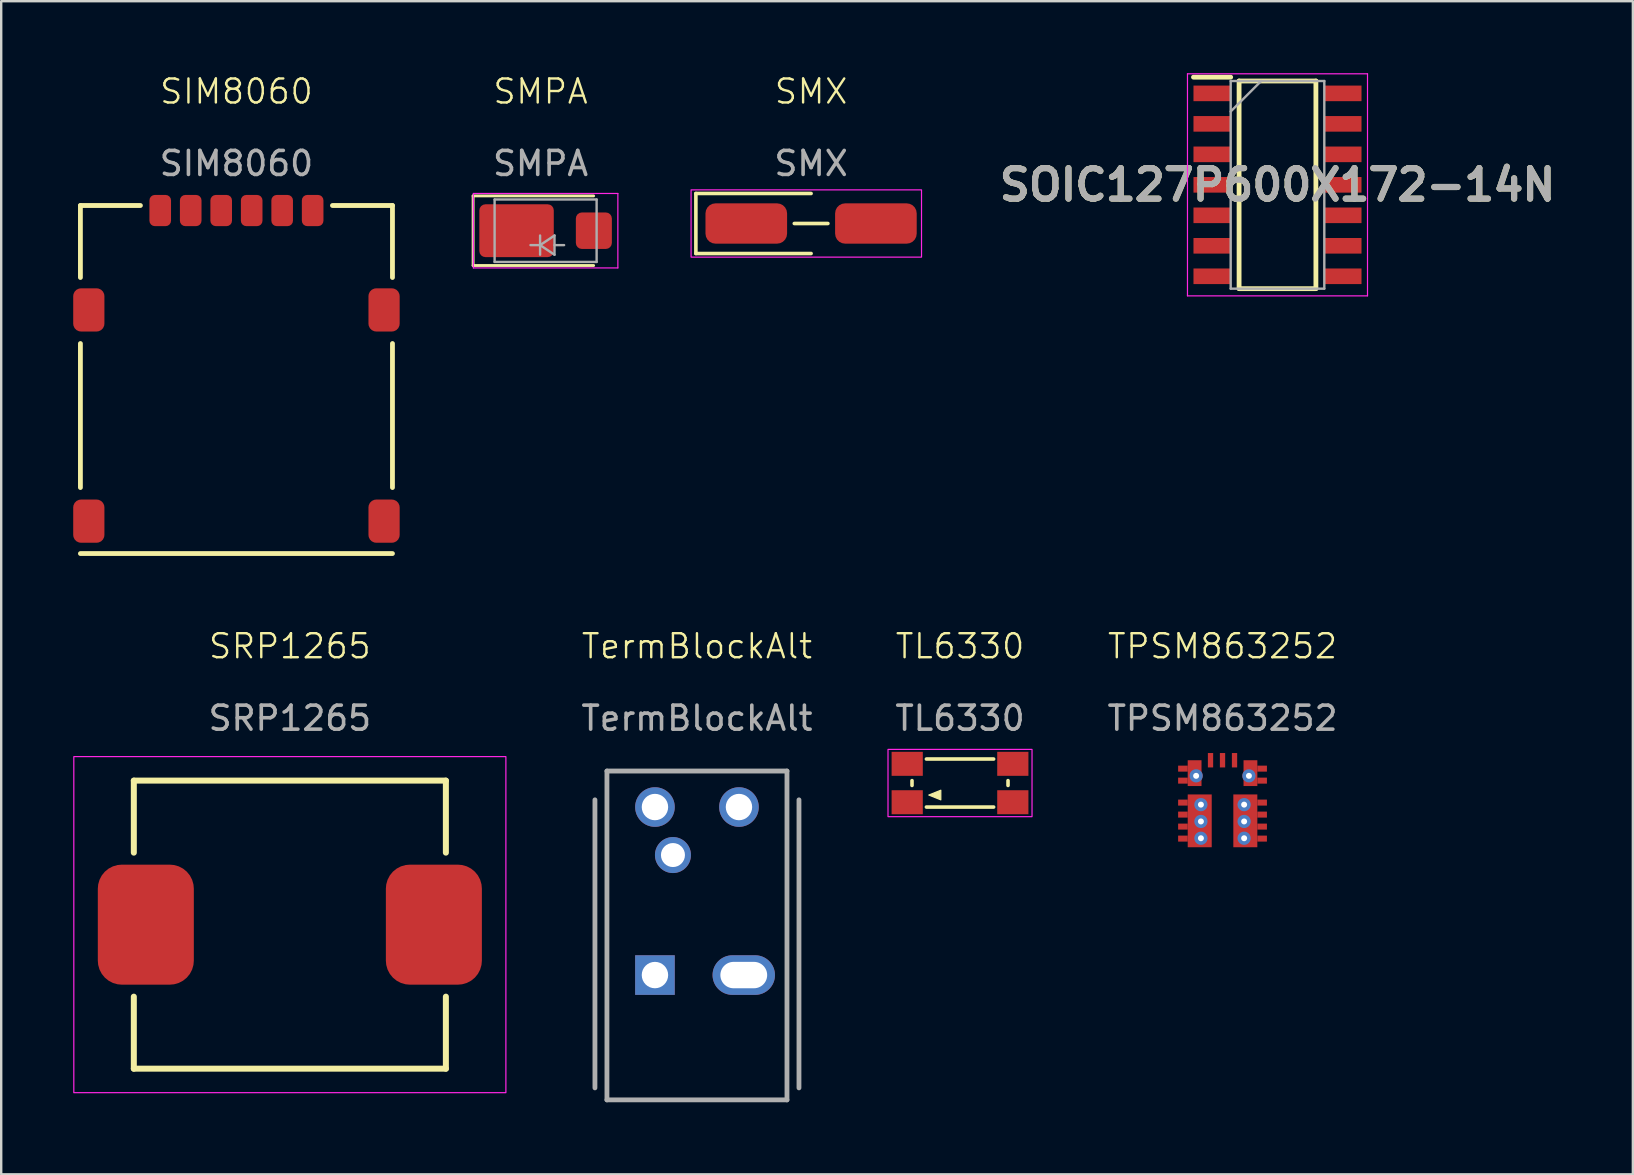
<source format=kicad_pcb>
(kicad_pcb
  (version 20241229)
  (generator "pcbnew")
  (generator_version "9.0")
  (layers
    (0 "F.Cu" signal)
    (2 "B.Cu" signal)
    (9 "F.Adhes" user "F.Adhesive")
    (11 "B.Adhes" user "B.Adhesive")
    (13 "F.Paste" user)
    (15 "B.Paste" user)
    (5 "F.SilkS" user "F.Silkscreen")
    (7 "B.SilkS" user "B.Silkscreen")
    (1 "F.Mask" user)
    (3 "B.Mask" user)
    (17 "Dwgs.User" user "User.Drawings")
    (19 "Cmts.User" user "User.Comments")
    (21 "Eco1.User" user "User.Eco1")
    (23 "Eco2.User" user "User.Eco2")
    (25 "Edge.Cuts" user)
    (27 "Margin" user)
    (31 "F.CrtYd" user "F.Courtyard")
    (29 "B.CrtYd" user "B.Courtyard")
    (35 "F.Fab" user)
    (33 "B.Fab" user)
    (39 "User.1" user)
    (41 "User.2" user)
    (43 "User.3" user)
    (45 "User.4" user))
  (footprint "SMPA"
    (layer "F.Cu")
    (at 19.47 6.561)
    (property "Reference" "SMPA" (at 0 -5.8 0) (unlocked yes) (layer "F.SilkS") (effects (font (size 1 1) (thickness 0.1))))
    (attr smd)
    (fp_line (start -2.81 -1.45) (end -2.81 1.45) (stroke (width 0.12) (type solid)) (layer "F.SilkS"))
    (fp_line (start -2.81 -1.45) (end 2.21 -1.45) (stroke (width 0.12) (type solid)) (layer "F.SilkS"))
    (fp_line (start -2.81 1.45) (end 2.21 1.45) (stroke (width 0.12) (type solid)) (layer "F.SilkS"))
    (fp_line (start -2.8 -1.55) (end 3.22 -1.55) (stroke (width 0.05) (type solid)) (layer "F.CrtYd"))
    (fp_line (start -2.8 1.55) (end -2.8 -1.55) (stroke (width 0.05) (type solid)) (layer "F.CrtYd"))
    (fp_line (start 3.22 -1.55) (end 3.22 1.55) (stroke (width 0.05) (type solid)) (layer "F.CrtYd"))
    (fp_line (start 3.22 1.55) (end -2.8 1.55) (stroke (width 0.05) (type solid)) (layer "F.CrtYd"))
    (fp_line (start -1.915 1.3) (end -1.915 -1.3) (stroke (width 0.1) (type solid)) (layer "F.Fab"))
    (fp_line (start -0.02 0.2) (end -0.02 1) (stroke (width 0.1) (type solid)) (layer "F.Fab"))
    (fp_line (start -0.02 0.6) (end -0.42 0.6) (stroke (width 0.1) (type solid)) (layer "F.Fab"))
    (fp_line (start -0.02 0.6) (end 0.58 0.2) (stroke (width 0.1) (type solid)) (layer "F.Fab"))
    (fp_line (start -0.02 0.6) (end 0.58 1) (stroke (width 0.1) (type solid)) (layer "F.Fab"))
    (fp_line (start 0.58 0.6) (end 0.98 0.6) (stroke (width 0.1) (type solid)) (layer "F.Fab"))
    (fp_line (start 0.58 1) (end 0.58 0.2) (stroke (width 0.1) (type solid)) (layer "F.Fab"))
    (fp_line (start 2.335 -1.3) (end -1.915 -1.3) (stroke (width 0.1) (type solid)) (layer "F.Fab"))
    (fp_line (start 2.335 -1.3) (end 2.335 1.3) (stroke (width 0.1) (type solid)) (layer "F.Fab"))
    (fp_line (start 2.335 1.3) (end -1.915 1.3) (stroke (width 0.1) (type solid)) (layer "F.Fab"))
    (fp_text user "${REFERENCE}" (at 0 -2.8 0) (unlocked yes) (layer "F.Fab") (effects (font (size 1 1) (thickness 0.15))))
    (pad "1" smd roundrect (at -1 0) (size 3.1 2.2) (layers "F.Cu" "F.Mask" "F.Paste") (roundrect_rratio 0.114))
    (pad "2" smd roundrect (at 2.22 0) (size 1.5 1.52) (layers "F.Cu" "F.Mask" "F.Paste") (roundrect_rratio 0.167)))
  (footprint "TermBlockAlt"
    (layer "F.Cu")
    (at 25.985 34.671)
    (property "Reference" "TermBlockAlt" (at 0 -10.8 0) (unlocked yes) (layer "F.SilkS") (effects (font (size 1 1) (thickness 0.1))))
    (attr through_hole)
    (fp_line (start -4.25 -4.4) (end -4.25 -4.4) (stroke (width 0.1) (type solid)) (layer "F.SilkS"))
    (fp_line (start -4.25 7.6) (end -4.25 -4.4) (stroke (width 0.1) (type solid)) (layer "F.SilkS"))
    (fp_line (start -3.75 -5.6) (end 3.75 -5.6) (stroke (width 0.1) (type solid)) (layer "F.SilkS"))
    (fp_line (start -3.75 8.1) (end -3.75 -5.6) (stroke (width 0.1) (type solid)) (layer "F.SilkS"))
    (fp_line (start 3.75 -5.6) (end 3.75 8.1) (stroke (width 0.1) (type solid)) (layer "F.SilkS"))
    (fp_line (start 3.75 8.1) (end -3.75 8.1) (stroke (width 0.1) (type solid)) (layer "F.SilkS"))
    (fp_line (start 4.25 -4.4) (end 4.25 7.6) (stroke (width 0.1) (type solid)) (layer "F.SilkS"))
    (fp_line (start -4.25 7.6) (end -4.25 -4.4) (stroke (width 0.2) (type solid)) (layer "F.Fab"))
    (fp_line (start -3.75 -5.6) (end 3.75 -5.6) (stroke (width 0.2) (type solid)) (layer "F.Fab"))
    (fp_line (start -3.75 8.1) (end -3.75 -5.6) (stroke (width 0.2) (type solid)) (layer "F.Fab"))
    (fp_line (start 3.75 -5.6) (end 3.75 8.1) (stroke (width 0.2) (type solid)) (layer "F.Fab"))
    (fp_line (start 3.75 8.1) (end -3.75 8.1) (stroke (width 0.2) (type solid)) (layer "F.Fab"))
    (fp_line (start 4.25 -4.4) (end 4.25 7.6) (stroke (width 0.2) (type solid)) (layer "F.Fab"))
    (fp_text user "${REFERENCE}" (at 0 -7.8 0) (unlocked yes) (layer "F.Fab") (effects (font (size 1 1) (thickness 0.15))))
    (pad "1" thru_hole circle (at -1.75 -4.1) (size 1.65 1.65) (drill 1.1) (layers "*.Cu" "*.Mask"))
    (pad "1" thru_hole rect (at -1.75 2.9) (size 1.65 1.65) (drill 1.1) (layers "*.Cu" "*.Mask"))
    (pad "1" thru_hole circle (at -1 -2.1) (size 1.5 1.5) (drill 1) (layers "*.Cu" "*.Mask"))
    (pad "2" thru_hole circle (at 1.75 -4.1) (size 1.65 1.65) (drill 1.1) (layers "*.Cu" "*.Mask"))
    (pad "2" thru_hole oval (at 1.95 2.9) (size 2.6 1.65) (drill oval 1.95 1.1) (layers "*.Cu" "*.Mask")))
  (footprint "SOIC127P600X172-14N"
    (layer "F.Cu")
    (at 50.17 4.65)
    (property "Reference" "SOIC127P600X172-14N" (at 0 0 0) (layer "F.SilkS") (effects (font (size 1.27 1.27) (thickness 0.254))))
    (attr smd)
    (fp_line (start -3.5 -4.485) (end -1.95 -4.485) (stroke (width 0.2) (type solid)) (layer "F.SilkS"))
    (fp_line (start -1.6 -4.325) (end 1.6 -4.325) (stroke (width 0.2) (type solid)) (layer "F.SilkS"))
    (fp_line (start -1.6 4.325) (end -1.6 -4.325) (stroke (width 0.2) (type solid)) (layer "F.SilkS"))
    (fp_line (start 1.6 -4.325) (end 1.6 4.325) (stroke (width 0.2) (type solid)) (layer "F.SilkS"))
    (fp_line (start 1.6 4.325) (end -1.6 4.325) (stroke (width 0.2) (type solid)) (layer "F.SilkS"))
    (fp_line (start -3.75 -4.625) (end 3.75 -4.625) (stroke (width 0.05) (type solid)) (layer "F.CrtYd"))
    (fp_line (start -3.75 4.625) (end -3.75 -4.625) (stroke (width 0.05) (type solid)) (layer "F.CrtYd"))
    (fp_line (start 3.75 -4.625) (end 3.75 4.625) (stroke (width 0.05) (type solid)) (layer "F.CrtYd"))
    (fp_line (start 3.75 4.625) (end -3.75 4.625) (stroke (width 0.05) (type solid)) (layer "F.CrtYd"))
    (fp_line (start -1.95 -4.325) (end 1.95 -4.325) (stroke (width 0.1) (type solid)) (layer "F.Fab"))
    (fp_line (start -1.95 -3.055) (end -0.68 -4.325) (stroke (width 0.1) (type solid)) (layer "F.Fab"))
    (fp_line (start -1.95 4.325) (end -1.95 -4.325) (stroke (width 0.1) (type solid)) (layer "F.Fab"))
    (fp_line (start 1.95 -4.325) (end 1.95 4.325) (stroke (width 0.1) (type solid)) (layer "F.Fab"))
    (fp_line (start 1.95 4.325) (end -1.95 4.325) (stroke (width 0.1) (type solid)) (layer "F.Fab"))
    (fp_text user "${REFERENCE}" (at 0 0 0) (layer "F.Fab") (effects (font (size 1.27 1.27) (thickness 0.254))))
    (pad "1" smd rect (at -2.725 -3.81 90) (size 0.65 1.55) (layers "F.Cu" "F.Mask" "F.Paste"))
    (pad "2" smd rect (at -2.725 -2.54 90) (size 0.65 1.55) (layers "F.Cu" "F.Mask" "F.Paste"))
    (pad "3" smd rect (at -2.725 -1.27 90) (size 0.65 1.55) (layers "F.Cu" "F.Mask" "F.Paste"))
    (pad "4" smd rect (at -2.725 0 90) (size 0.65 1.55) (layers "F.Cu" "F.Mask" "F.Paste"))
    (pad "5" smd rect (at -2.725 1.27 90) (size 0.65 1.55) (layers "F.Cu" "F.Mask" "F.Paste"))
    (pad "6" smd rect (at -2.725 2.54 90) (size 0.65 1.55) (layers "F.Cu" "F.Mask" "F.Paste"))
    (pad "7" smd rect (at -2.725 3.81 90) (size 0.65 1.55) (layers "F.Cu" "F.Mask" "F.Paste"))
    (pad "8" smd rect (at 2.725 3.81 90) (size 0.65 1.55) (layers "F.Cu" "F.Mask" "F.Paste"))
    (pad "9" smd rect (at 2.725 2.54 90) (size 0.65 1.55) (layers "F.Cu" "F.Mask" "F.Paste"))
    (pad "10" smd rect (at 2.725 1.27 90) (size 0.65 1.55) (layers "F.Cu" "F.Mask" "F.Paste"))
    (pad "11" smd rect (at 2.725 0 90) (size 0.65 1.55) (layers "F.Cu" "F.Mask" "F.Paste"))
    (pad "12" smd rect (at 2.725 -1.27 90) (size 0.65 1.55) (layers "F.Cu" "F.Mask" "F.Paste"))
    (pad "13" smd rect (at 2.725 -2.54 90) (size 0.65 1.55) (layers "F.Cu" "F.Mask" "F.Paste"))
    (pad "14" smd rect (at 2.725 -3.81 90) (size 0.65 1.55) (layers "F.Cu" "F.Mask" "F.Paste")))
  (footprint "TPSM863252"
    (layer "F.Cu")
    (at 47.88 30.471)
    (property "Reference" "TPSM863252" (at 0 -6.6 0) (unlocked yes) (layer "F.SilkS") (effects (font (size 1 1) (thickness 0.1))))
    (attr smd)
    (fp_text user "${REFERENCE}" (at 0 -3.6 0) (unlocked yes) (layer "F.Fab") (effects (font (size 1 1) (thickness 0.15))))
    (pad "1" smd rect (at -1.65 -1.5) (size 0.4 0.25) (layers "F.Cu" "F.Mask"))
    (pad "1" smd rect (at -1.65 -1) (size 0.4 0.25) (layers "F.Cu" "F.Mask"))
    (pad "1" smd rect (at -1.163 -1.312) (size 0.575 1.075) (layers "F.Cu" "F.Mask"))
    (pad "1" thru_hole circle (at -1.1 -1.2 90) (size 0.55 0.55) (drill 0.25) (layers "*.Cu" "*.Mask"))
    (pad "2" smd rect (at -1.65 -0.085) (size 0.4 0.25) (layers "F.Cu" "F.Mask"))
    (pad "2" smd rect (at -1.65 0.415) (size 0.4 0.25) (layers "F.Cu" "F.Mask"))
    (pad "2" smd rect (at -1.65 0.915) (size 0.4 0.25) (layers "F.Cu" "F.Mask"))
    (pad "2" smd rect (at -1.65 1.415) (size 0.4 0.25) (layers "F.Cu" "F.Mask"))
    (pad "2" smd rect (at -0.95 0.675) (size 1 2.2) (layers "F.Cu" "F.Mask"))
    (pad "2" thru_hole circle (at -0.9 0 90) (size 0.55 0.55) (drill 0.25) (layers "*.Cu" "*.Mask"))
    (pad "2" thru_hole circle (at -0.9 0.7 90) (size 0.55 0.55) (drill 0.25) (layers "*.Cu" "*.Mask"))
    (pad "2" thru_hole circle (at -0.9 1.4 90) (size 0.55 0.55) (drill 0.25) (layers "*.Cu" "*.Mask"))
    (pad "3" thru_hole circle (at 0.9 0 90) (size 0.55 0.55) (drill 0.25) (layers "*.Cu" "*.Mask"))
    (pad "3" thru_hole circle (at 0.9 0.7 90) (size 0.55 0.55) (drill 0.25) (layers "*.Cu" "*.Mask"))
    (pad "3" thru_hole circle (at 0.9 1.4 90) (size 0.55 0.55) (drill 0.25) (layers "*.Cu" "*.Mask"))
    (pad "3" smd rect (at 0.95 0.675) (size 1 2.2) (layers "F.Cu" "F.Mask"))
    (pad "3" smd rect (at 1.65 -0.085) (size 0.4 0.25) (layers "F.Cu" "F.Mask"))
    (pad "3" smd rect (at 1.65 0.415) (size 0.4 0.25) (layers "F.Cu" "F.Mask"))
    (pad "3" smd rect (at 1.65 0.915) (size 0.4 0.25) (layers "F.Cu" "F.Mask"))
    (pad "3" smd rect (at 1.65 1.415) (size 0.4 0.25) (layers "F.Cu" "F.Mask"))
    (pad "4" thru_hole circle (at 1.1 -1.2 90) (size 0.55 0.55) (drill 0.25) (layers "*.Cu" "*.Mask"))
    (pad "4" smd rect (at 1.163 -1.312) (size 0.575 1.075) (layers "F.Cu" "F.Mask"))
    (pad "4" smd rect (at 1.65 -1.5) (size 0.4 0.25) (layers "F.Cu" "F.Mask"))
    (pad "4" smd rect (at 1.65 -1) (size 0.4 0.25) (layers "F.Cu" "F.Mask"))
    (pad "5" smd rect (at 0.5 -1.85) (size 0.22 0.6) (layers "F.Cu" "F.Mask"))
    (pad "6" smd rect (at 0 -1.85) (size 0.22 0.6) (layers "F.Cu" "F.Mask"))
    (pad "7" smd rect (at -0.5 -1.85) (size 0.22 0.6) (layers "F.Cu" "F.Mask"))
    (zone (net_name "") (layers "F.Cu" "B.Cu") (name "TPSM863252_FP__KOA") (hatch edge 0.5) (connect_pads) (min_thickness 0.25) (filled_areas_thickness no) (keepout (tracks not_allowed) (vias not_allowed) (pads not_allowed) (copperpour not_allowed) (footprints not_allowed)) (placement (enabled no)) (fill) (polygon (pts (xy 48.08 29.171) (xy 47.68 29.171) (xy 47.68 29.771) (xy 48.08 29.771)))))
  (footprint "SIM8060"
    (layer "F.Cu")
    (at 6.8 8.261)
    (property "Reference" "SIM8060" (at 0 -7.5 0) (unlocked yes) (layer "F.SilkS") (effects (font (size 1 1) (thickness 0.1))))
    (attr smd)
    (fp_line (start -6.5 -2.75) (end -6.5 0.25) (stroke (width 0.2) (type default)) (layer "F.SilkS"))
    (fp_line (start -6.5 3) (end -6.5 9) (stroke (width 0.2) (type default)) (layer "F.SilkS"))
    (fp_line (start -6.5 11.75) (end 6.5 11.75) (stroke (width 0.2) (type default)) (layer "F.SilkS"))
    (fp_line (start -4 -2.75) (end -6.5 -2.75) (stroke (width 0.2) (type default)) (layer "F.SilkS"))
    (fp_line (start 4 -2.75) (end 6.5 -2.75) (stroke (width 0.2) (type default)) (layer "F.SilkS"))
    (fp_line (start 6.5 -2.75) (end 6.5 0.25) (stroke (width 0.2) (type default)) (layer "F.SilkS"))
    (fp_line (start 6.5 3) (end 6.5 9) (stroke (width 0.2) (type default)) (layer "F.SilkS"))
    (fp_text user "${REFERENCE}" (at 0 -4.5 0) (unlocked yes) (layer "F.Fab") (effects (font (size 1 1) (thickness 0.15))))
    (pad "1" smd roundrect (at -3.175 -2.54) (size 0.9 1.3) (layers "F.Cu" "F.Mask" "F.Paste") (roundrect_rratio 0.25))
    (pad "2" smd roundrect (at -0.635 -2.54) (size 0.9 1.3) (layers "F.Cu" "F.Mask" "F.Paste") (roundrect_rratio 0.25))
    (pad "3" smd roundrect (at 1.905 -2.54) (size 0.9 1.3) (layers "F.Cu" "F.Mask" "F.Paste") (roundrect_rratio 0.25))
    (pad "5" smd roundrect (at -6.15 1.6) (size 1.3 1.8) (layers "F.Cu" "F.Mask" "F.Paste") (roundrect_rratio 0.25))
    (pad "5" smd roundrect (at -6.15 10.4) (size 1.3 1.8) (layers "F.Cu" "F.Mask" "F.Paste") (roundrect_rratio 0.25))
    (pad "5" smd roundrect (at -1.905 -2.54) (size 0.9 1.3) (layers "F.Cu" "F.Mask" "F.Paste") (roundrect_rratio 0.25))
    (pad "5" smd roundrect (at 6.15 1.6) (size 1.3 1.8) (layers "F.Cu" "F.Mask" "F.Paste") (roundrect_rratio 0.25))
    (pad "5" smd roundrect (at 6.15 10.4) (size 1.3 1.8) (layers "F.Cu" "F.Mask" "F.Paste") (roundrect_rratio 0.25))
    (pad "6" smd roundrect (at 0.635 -2.54) (size 0.9 1.3) (layers "F.Cu" "F.Mask" "F.Paste") (roundrect_rratio 0.25))
    (pad "7" smd roundrect (at 3.175 -2.54) (size 0.9 1.3) (layers "F.Cu" "F.Mask" "F.Paste") (roundrect_rratio 0.25))
    (zone (net_name "") (layers "F.Cu" "F.SilkS") (name "SIM_8060_FP__KOA") (hatch edge 0.5) (connect_pads) (min_thickness 0.25) (filled_areas_thickness no) (keepout (tracks allowed) (vias not_allowed) (pads not_allowed) (copperpour not_allowed) (footprints allowed)) (placement (enabled no)) (fill) (polygon (pts (xy 11.8 7.261) (xy 1.8 7.261) (xy 1.8 19.261) (xy 11.8 19.261)))))
  (footprint "SRP1265"
    (layer "F.Cu")
    (at 9.025 35.471)
    (property "Reference" "SRP1265" (at 0 -11.6 0) (unlocked yes) (layer "F.SilkS") (effects (font (size 1 1) (thickness 0.1))))
    (attr smd)
    (fp_line (start -6.5 -6) (end 6.5 -6) (stroke (width 0.25) (type default)) (layer "F.SilkS"))
    (fp_line (start -6.5 -3) (end -6.5 -6) (stroke (width 0.25) (type default)) (layer "F.SilkS"))
    (fp_line (start -6.5 6) (end -6.5 3) (stroke (width 0.25) (type default)) (layer "F.SilkS"))
    (fp_line (start 6.5 -6) (end 6.5 -3) (stroke (width 0.25) (type default)) (layer "F.SilkS"))
    (fp_line (start 6.5 3) (end 6.5 6) (stroke (width 0.25) (type default)) (layer "F.SilkS"))
    (fp_line (start 6.5 6) (end -6.5 6) (stroke (width 0.25) (type default)) (layer "F.SilkS"))
    (fp_rect (start -9 -7) (end 9 7) (stroke (width 0.05) (type default)) (fill no) (layer "F.CrtYd"))
    (fp_text user "${REFERENCE}" (at 0 -8.6 0) (unlocked yes) (layer "F.Fab") (effects (font (size 1 1) (thickness 0.15))))
    (pad "1" smd roundrect (at -6 0) (size 4 5) (layers "F.Cu" "F.Mask" "F.Paste") (roundrect_rratio 0.25))
    (pad "2" smd roundrect (at 6 0) (size 4 5) (layers "F.Cu" "F.Mask" "F.Paste") (roundrect_rratio 0.25)))
  (footprint "TL6330"
    (layer "F.Cu")
    (at 36.944 29.571)
    (property "Reference" "TL6330" (at 0 -5.7 0) (unlocked yes) (layer "F.SilkS") (effects (font (size 1 1) (thickness 0.1))))
    (attr smd)
    (fp_line (start -2 -0.1) (end -2 0.1) (stroke (width 0.15) (type default)) (layer "F.SilkS"))
    (fp_line (start -1.4 -1) (end 1.4 -1) (stroke (width 0.15) (type default)) (layer "F.SilkS"))
    (fp_line (start -1.4 1) (end 1.4 1) (stroke (width 0.15) (type default)) (layer "F.SilkS"))
    (fp_line (start 2 -0.1) (end 2 0.1) (stroke (width 0.15) (type default)) (layer "F.SilkS"))
    (fp_poly (pts (xy -0.8 0.7) (xy -0.8 0.3) (xy -1.3 0.5)) (stroke (width 0.05) (type solid)) (fill yes) (layer "F.SilkS"))
    (fp_rect (start -3 -1.4) (end 3 1.4) (stroke (width 0.05) (type default)) (fill no) (layer "F.CrtYd"))
    (fp_text user "${REFERENCE}" (at 0 -2.7 0) (unlocked yes) (layer "F.Fab") (effects (font (size 1 1) (thickness 0.15))))
    (pad "1" smd rect (at -2.2 0.8) (size 1.3 1) (layers "F.Cu" "F.Mask" "F.Paste"))
    (pad "2" smd rect (at 2.2 0.8) (size 1.3 1) (layers "F.Cu" "F.Mask" "F.Paste"))
    (pad "3" smd rect (at -2.2 -0.8) (size 1.3 1) (layers "F.Cu" "F.Mask" "F.Paste"))
    (pad "4" smd rect (at 2.2 -0.8) (size 1.3 1) (layers "F.Cu" "F.Mask" "F.Paste")))
  (footprint "SMX"
    (layer "F.Cu")
    (at 30.74 6.261)
    (property "Reference" "SMX" (at 0 -5.5 0) (unlocked yes) (layer "F.SilkS") (effects (font (size 1 1) (thickness 0.1))))
    (attr smd)
    (fp_line (start -4.8 -1.25) (end -4.8 1.25) (stroke (width 0.15) (type default)) (layer "F.SilkS"))
    (fp_line (start -4.8 1.25) (end 0 1.25) (stroke (width 0.15) (type default)) (layer "F.SilkS"))
    (fp_line (start -0.7 0) (end 0.7 0) (stroke (width 0.15) (type default)) (layer "F.SilkS"))
    (fp_line (start 0 -1.25) (end -4.8 -1.25) (stroke (width 0.15) (type default)) (layer "F.SilkS"))
    (fp_rect (start -5 -1.4) (end 4.6 1.4) (stroke (width 0.05) (type default)) (fill no) (layer "F.CrtYd"))
    (fp_text user "${REFERENCE}" (at 0 -2.5 0) (unlocked yes) (layer "F.Fab") (effects (font (size 1 1) (thickness 0.15))))
    (pad "1" smd roundrect (at -2.7 0) (size 3.4 1.68) (layers "F.Cu" "F.Mask" "F.Paste") (roundrect_rratio 0.25))
    (pad "2" smd roundrect (at 2.7 0) (size 3.4 1.68) (layers "F.Cu" "F.Mask" "F.Paste") (roundrect_rratio 0.25)))
  (gr_rect
    (start -3 -3)
    (end 64.975 45.871)
    (stroke (width 0.1) (type default))
    (fill no)
    (layer "Edge.Cuts")))
</source>
